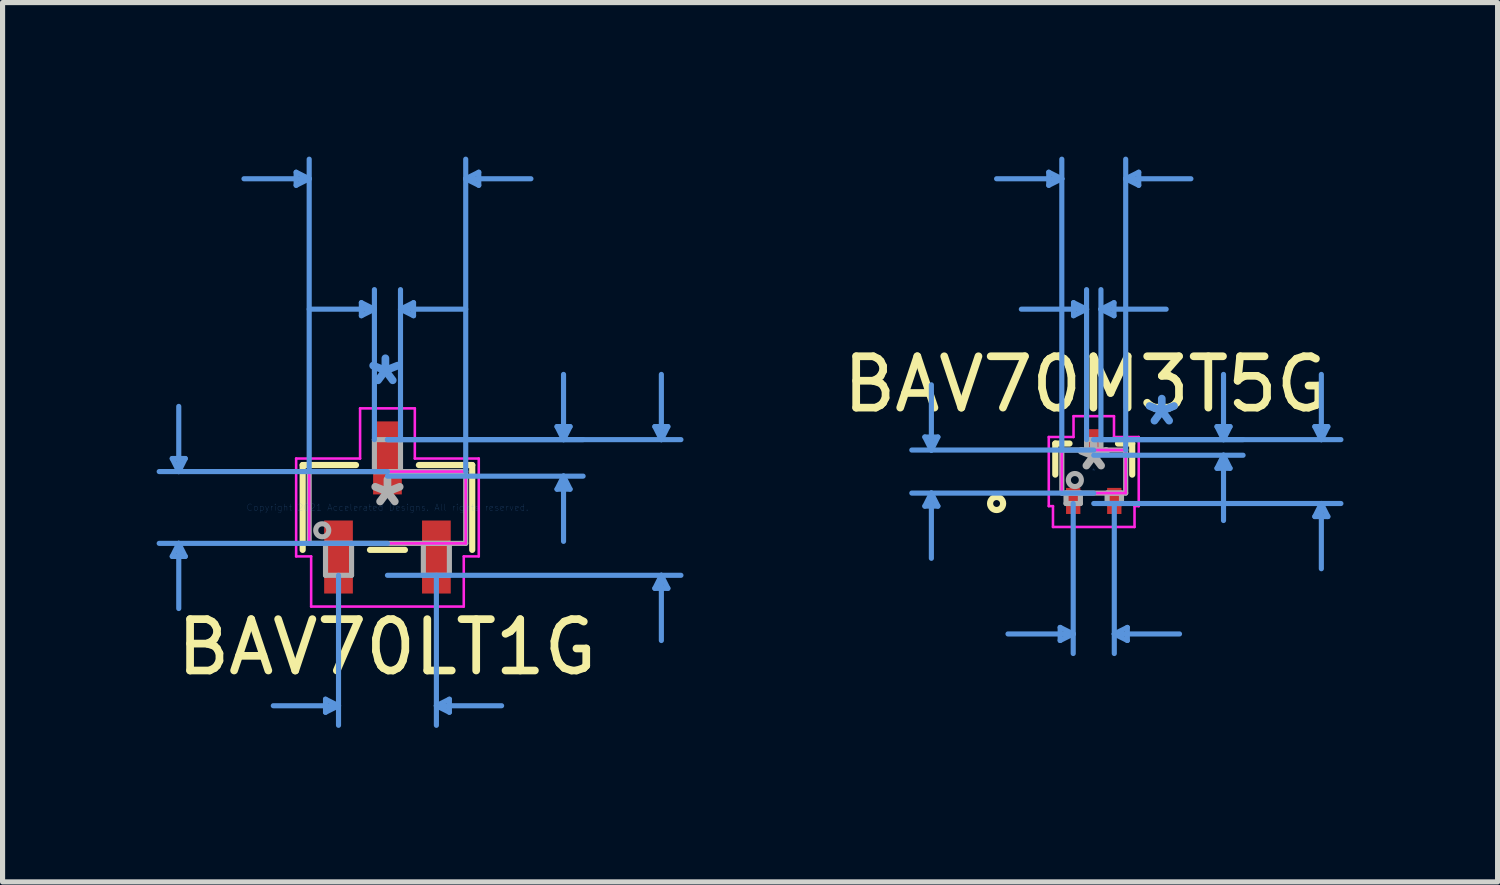
<source format=kicad_pcb>
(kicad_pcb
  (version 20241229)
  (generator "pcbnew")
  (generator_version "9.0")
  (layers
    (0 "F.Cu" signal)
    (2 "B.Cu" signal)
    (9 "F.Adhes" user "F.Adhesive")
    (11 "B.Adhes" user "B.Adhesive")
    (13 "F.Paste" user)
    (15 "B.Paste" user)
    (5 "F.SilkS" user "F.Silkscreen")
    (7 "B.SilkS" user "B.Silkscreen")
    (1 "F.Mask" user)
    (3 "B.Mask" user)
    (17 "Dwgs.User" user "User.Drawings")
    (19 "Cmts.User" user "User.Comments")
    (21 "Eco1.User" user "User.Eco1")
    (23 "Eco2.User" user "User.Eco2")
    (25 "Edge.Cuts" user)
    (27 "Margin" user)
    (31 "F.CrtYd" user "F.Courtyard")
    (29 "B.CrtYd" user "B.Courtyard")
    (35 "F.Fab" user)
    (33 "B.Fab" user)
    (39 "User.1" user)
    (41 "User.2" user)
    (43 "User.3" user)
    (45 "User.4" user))
  (footprint "BAV70LT1G"
    (layer "F.Cu")
    (at 4.495 6.832)
    (property "Reference" "BAV70LT1G" (at -0.01 2.72 0) (layer "F.SilkS") (effects (font (size 1 1) (thickness 0.15))))
    (attr through_hole)
    (fp_line (start -1.651 -0.826) (end -1.651 0.826) (stroke (width 0.12) (type solid)) (layer "F.SilkS"))
    (fp_line (start -0.612 -0.826) (end -1.651 -0.826) (stroke (width 0.12) (type solid)) (layer "F.SilkS"))
    (fp_line (start -0.34 0.826) (end 0.34 0.826) (stroke (width 0.12) (type solid)) (layer "F.SilkS"))
    (fp_line (start 1.651 -0.826) (end 0.612 -0.826) (stroke (width 0.12) (type solid)) (layer "F.SilkS"))
    (fp_line (start 1.651 0.826) (end 1.651 -0.826) (stroke (width 0.12) (type solid)) (layer "F.SilkS"))
    (fp_line (start -4.191 -0.953) (end -3.937 -0.953) (stroke (width 0.1) (type solid)) (layer "Cmts.User"))
    (fp_line (start -4.191 0.953) (end -3.937 0.953) (stroke (width 0.1) (type solid)) (layer "Cmts.User"))
    (fp_line (start -4.064 -0.699) (end -4.191 -0.953) (stroke (width 0.1) (type solid)) (layer "Cmts.User"))
    (fp_line (start -4.064 -0.699) (end -4.064 -1.968) (stroke (width 0.1) (type solid)) (layer "Cmts.User"))
    (fp_line (start -4.064 -0.699) (end -3.937 -0.953) (stroke (width 0.1) (type solid)) (layer "Cmts.User"))
    (fp_line (start -4.064 0.699) (end -4.191 0.953) (stroke (width 0.1) (type solid)) (layer "Cmts.User"))
    (fp_line (start -4.064 0.699) (end -4.064 1.968) (stroke (width 0.1) (type solid)) (layer "Cmts.User"))
    (fp_line (start -4.064 0.699) (end -3.937 0.953) (stroke (width 0.1) (type solid)) (layer "Cmts.User"))
    (fp_line (start -1.778 -6.528) (end -1.778 -6.274) (stroke (width 0.1) (type solid)) (layer "Cmts.User"))
    (fp_line (start -1.524 -6.401) (end -2.794 -6.401) (stroke (width 0.1) (type solid)) (layer "Cmts.User"))
    (fp_line (start -1.524 -6.401) (end -1.778 -6.528) (stroke (width 0.1) (type solid)) (layer "Cmts.User"))
    (fp_line (start -1.524 -6.401) (end -1.778 -6.274) (stroke (width 0.1) (type solid)) (layer "Cmts.User"))
    (fp_line (start -1.524 -0.699) (end -1.524 -6.782) (stroke (width 0.1) (type solid)) (layer "Cmts.User"))
    (fp_line (start -1.206 3.734) (end -1.206 3.988) (stroke (width 0.1) (type solid)) (layer "Cmts.User"))
    (fp_line (start -0.953 1.321) (end -0.953 4.242) (stroke (width 0.1) (type solid)) (layer "Cmts.User"))
    (fp_line (start -0.953 3.861) (end -2.223 3.861) (stroke (width 0.1) (type solid)) (layer "Cmts.User"))
    (fp_line (start -0.953 3.861) (end -1.206 3.734) (stroke (width 0.1) (type solid)) (layer "Cmts.User"))
    (fp_line (start -0.953 3.861) (end -1.206 3.988) (stroke (width 0.1) (type solid)) (layer "Cmts.User"))
    (fp_line (start -0.508 -3.988) (end -0.508 -3.734) (stroke (width 0.1) (type solid)) (layer "Cmts.User"))
    (fp_line (start -0.254 -3.861) (end -1.524 -3.861) (stroke (width 0.1) (type solid)) (layer "Cmts.User"))
    (fp_line (start -0.254 -3.861) (end -0.508 -3.988) (stroke (width 0.1) (type solid)) (layer "Cmts.User"))
    (fp_line (start -0.254 -3.861) (end -0.508 -3.734) (stroke (width 0.1) (type solid)) (layer "Cmts.User"))
    (fp_line (start -0.254 -1.321) (end -0.254 -4.242) (stroke (width 0.1) (type solid)) (layer "Cmts.User"))
    (fp_line (start 0 -1.321) (end 3.81 -1.321) (stroke (width 0.1) (type solid)) (layer "Cmts.User"))
    (fp_line (start 0 -1.321) (end 5.715 -1.321) (stroke (width 0.1) (type solid)) (layer "Cmts.User"))
    (fp_line (start 0 -0.699) (end -4.445 -0.699) (stroke (width 0.1) (type solid)) (layer "Cmts.User"))
    (fp_line (start 0 -0.61) (end 3.81 -0.61) (stroke (width 0.1) (type solid)) (layer "Cmts.User"))
    (fp_line (start 0 0.699) (end -4.445 0.699) (stroke (width 0.1) (type solid)) (layer "Cmts.User"))
    (fp_line (start 0 1.321) (end 5.715 1.321) (stroke (width 0.1) (type solid)) (layer "Cmts.User"))
    (fp_line (start 0.254 -3.861) (end 0.508 -3.988) (stroke (width 0.1) (type solid)) (layer "Cmts.User"))
    (fp_line (start 0.254 -3.861) (end 0.508 -3.734) (stroke (width 0.1) (type solid)) (layer "Cmts.User"))
    (fp_line (start 0.254 -3.861) (end 1.524 -3.861) (stroke (width 0.1) (type solid)) (layer "Cmts.User"))
    (fp_line (start 0.254 -1.321) (end 0.254 -4.242) (stroke (width 0.1) (type solid)) (layer "Cmts.User"))
    (fp_line (start 0.508 -3.988) (end 0.508 -3.734) (stroke (width 0.1) (type solid)) (layer "Cmts.User"))
    (fp_line (start 0.953 1.321) (end 0.953 4.242) (stroke (width 0.1) (type solid)) (layer "Cmts.User"))
    (fp_line (start 0.953 3.861) (end 1.206 3.734) (stroke (width 0.1) (type solid)) (layer "Cmts.User"))
    (fp_line (start 0.953 3.861) (end 1.206 3.988) (stroke (width 0.1) (type solid)) (layer "Cmts.User"))
    (fp_line (start 0.953 3.861) (end 2.223 3.861) (stroke (width 0.1) (type solid)) (layer "Cmts.User"))
    (fp_line (start 1.206 3.734) (end 1.206 3.988) (stroke (width 0.1) (type solid)) (layer "Cmts.User"))
    (fp_line (start 1.524 -6.401) (end 1.778 -6.528) (stroke (width 0.1) (type solid)) (layer "Cmts.User"))
    (fp_line (start 1.524 -6.401) (end 1.778 -6.274) (stroke (width 0.1) (type solid)) (layer "Cmts.User"))
    (fp_line (start 1.524 -6.401) (end 2.794 -6.401) (stroke (width 0.1) (type solid)) (layer "Cmts.User"))
    (fp_line (start 1.524 -0.699) (end 1.524 -6.782) (stroke (width 0.1) (type solid)) (layer "Cmts.User"))
    (fp_line (start 1.778 -6.528) (end 1.778 -6.274) (stroke (width 0.1) (type solid)) (layer "Cmts.User"))
    (fp_line (start 3.302 -1.575) (end 3.556 -1.575) (stroke (width 0.1) (type solid)) (layer "Cmts.User"))
    (fp_line (start 3.302 -0.356) (end 3.556 -0.356) (stroke (width 0.1) (type solid)) (layer "Cmts.User"))
    (fp_line (start 3.429 -1.321) (end 3.302 -1.575) (stroke (width 0.1) (type solid)) (layer "Cmts.User"))
    (fp_line (start 3.429 -1.321) (end 3.429 -2.591) (stroke (width 0.1) (type solid)) (layer "Cmts.User"))
    (fp_line (start 3.429 -1.321) (end 3.556 -1.575) (stroke (width 0.1) (type solid)) (layer "Cmts.User"))
    (fp_line (start 3.429 -0.61) (end 3.302 -0.356) (stroke (width 0.1) (type solid)) (layer "Cmts.User"))
    (fp_line (start 3.429 -0.61) (end 3.429 0.66) (stroke (width 0.1) (type solid)) (layer "Cmts.User"))
    (fp_line (start 3.429 -0.61) (end 3.556 -0.356) (stroke (width 0.1) (type solid)) (layer "Cmts.User"))
    (fp_line (start 5.207 -1.575) (end 5.461 -1.575) (stroke (width 0.1) (type solid)) (layer "Cmts.User"))
    (fp_line (start 5.207 1.575) (end 5.461 1.575) (stroke (width 0.1) (type solid)) (layer "Cmts.User"))
    (fp_line (start 5.334 -1.321) (end 5.207 -1.575) (stroke (width 0.1) (type solid)) (layer "Cmts.User"))
    (fp_line (start 5.334 -1.321) (end 5.334 -2.591) (stroke (width 0.1) (type solid)) (layer "Cmts.User"))
    (fp_line (start 5.334 -1.321) (end 5.461 -1.575) (stroke (width 0.1) (type solid)) (layer "Cmts.User"))
    (fp_line (start 5.334 1.321) (end 5.207 1.575) (stroke (width 0.1) (type solid)) (layer "Cmts.User"))
    (fp_line (start 5.334 1.321) (end 5.334 2.591) (stroke (width 0.1) (type solid)) (layer "Cmts.User"))
    (fp_line (start 5.334 1.321) (end 5.461 1.575) (stroke (width 0.1) (type solid)) (layer "Cmts.User"))
    (fp_line (start -1.778 -0.953) (end -0.533 -0.953) (stroke (width 0.05) (type solid)) (layer "F.CrtYd"))
    (fp_line (start -1.778 0.953) (end -1.778 -0.953) (stroke (width 0.05) (type solid)) (layer "F.CrtYd"))
    (fp_line (start -1.778 0.953) (end -1.486 0.953) (stroke (width 0.05) (type solid)) (layer "F.CrtYd"))
    (fp_line (start -1.524 -0.699) (end 1.524 -0.699) (stroke (width 0.05) (type solid)) (layer "F.CrtYd"))
    (fp_line (start -1.524 0.699) (end -1.524 -0.699) (stroke (width 0.05) (type solid)) (layer "F.CrtYd"))
    (fp_line (start -1.524 0.699) (end 1.524 0.699) (stroke (width 0.05) (type solid)) (layer "F.CrtYd"))
    (fp_line (start -1.486 1.93) (end -1.486 0.953) (stroke (width 0.05) (type solid)) (layer "F.CrtYd"))
    (fp_line (start -0.533 -1.93) (end 0.533 -1.93) (stroke (width 0.05) (type solid)) (layer "F.CrtYd"))
    (fp_line (start -0.533 -0.953) (end -0.533 -1.93) (stroke (width 0.05) (type solid)) (layer "F.CrtYd"))
    (fp_line (start 0.533 -0.953) (end 0.533 -1.93) (stroke (width 0.05) (type solid)) (layer "F.CrtYd"))
    (fp_line (start 0.533 -0.953) (end 1.778 -0.953) (stroke (width 0.05) (type solid)) (layer "F.CrtYd"))
    (fp_line (start 1.486 0.953) (end 1.486 1.93) (stroke (width 0.05) (type solid)) (layer "F.CrtYd"))
    (fp_line (start 1.486 1.93) (end -1.486 1.93) (stroke (width 0.05) (type solid)) (layer "F.CrtYd"))
    (fp_line (start 1.524 -0.699) (end 1.524 0.699) (stroke (width 0.05) (type solid)) (layer "F.CrtYd"))
    (fp_line (start 1.778 -0.953) (end 1.778 0.953) (stroke (width 0.05) (type solid)) (layer "F.CrtYd"))
    (fp_line (start 1.778 0.953) (end 1.486 0.953) (stroke (width 0.05) (type solid)) (layer "F.CrtYd"))
    (fp_line (start -1.524 -0.699) (end -1.524 0.699) (stroke (width 0.1) (type solid)) (layer "F.Fab"))
    (fp_line (start -1.524 0.699) (end 1.524 0.699) (stroke (width 0.1) (type solid)) (layer "F.Fab"))
    (fp_line (start -1.206 0.699) (end -1.206 1.321) (stroke (width 0.1) (type solid)) (layer "F.Fab"))
    (fp_line (start -1.206 1.321) (end -0.699 1.321) (stroke (width 0.1) (type solid)) (layer "F.Fab"))
    (fp_line (start -0.699 0.699) (end -1.206 0.699) (stroke (width 0.1) (type solid)) (layer "F.Fab"))
    (fp_line (start -0.699 1.321) (end -0.699 0.699) (stroke (width 0.1) (type solid)) (layer "F.Fab"))
    (fp_line (start -0.254 -1.321) (end -0.254 -0.699) (stroke (width 0.1) (type solid)) (layer "F.Fab"))
    (fp_line (start -0.254 -0.699) (end 0.254 -0.699) (stroke (width 0.1) (type solid)) (layer "F.Fab"))
    (fp_line (start 0.254 -1.321) (end -0.254 -1.321) (stroke (width 0.1) (type solid)) (layer "F.Fab"))
    (fp_line (start 0.254 -0.699) (end 0.254 -1.321) (stroke (width 0.1) (type solid)) (layer "F.Fab"))
    (fp_line (start 0.699 0.699) (end 0.699 1.321) (stroke (width 0.1) (type solid)) (layer "F.Fab"))
    (fp_line (start 0.699 1.321) (end 1.206 1.321) (stroke (width 0.1) (type solid)) (layer "F.Fab"))
    (fp_line (start 1.206 0.699) (end 0.699 0.699) (stroke (width 0.1) (type solid)) (layer "F.Fab"))
    (fp_line (start 1.206 1.321) (end 1.206 0.699) (stroke (width 0.1) (type solid)) (layer "F.Fab"))
    (fp_line (start 1.524 -0.699) (end -1.524 -0.699) (stroke (width 0.1) (type solid)) (layer "F.Fab"))
    (fp_line (start 1.524 0.699) (end 1.524 -0.699) (stroke (width 0.1) (type solid)) (layer "F.Fab"))
    (fp_circle (center -1.27 0.445) (end -1.143 0.445) (stroke (width 0.1) (type solid)) (fill no) (layer "F.Fab"))
    (fp_text user "Copyright 2021 Accelerated Designs. All rights reserved." (at 0 0 0) (layer "Cmts.User") (effects (font (size 0.127 0.127) (thickness 0.002))))
    (fp_text user "*" (at -0.04 -2.36 0) (layer "Cmts.User") (effects (font (size 1 1) (thickness 0.15))))
    (fp_text user "*" (at 0 0 0) (layer "F.Fab") (effects (font (size 1 1) (thickness 0.15))))
    (pad "1" smd rect (at -0.953 0.965) (size 0.559 1.422) (layers "F.Cu" "F.Mask" "F.Paste"))
    (pad "2" smd rect (at 0.953 0.965) (size 0.559 1.422) (layers "F.Cu" "F.Mask" "F.Paste"))
    (pad "3" smd rect (at 0 -0.965) (size 0.559 1.422) (layers "F.Cu" "F.Mask" "F.Paste")))
  (footprint "BAV70M3T5G"
    (layer "F.Cu")
    (at 18.249 6.133)
    (property "Reference" "BAV70M3T5G" (at -0.15 -1.7 0) (layer "F.SilkS") (effects (font (size 1 1) (thickness 0.15))))
    (attr smd)
    (fp_line (start -0.749 -0.546) (end -0.749 0.059) (stroke (width 0.12) (type solid)) (layer "F.SilkS"))
    (fp_line (start -0.472 -0.546) (end -0.749 -0.546) (stroke (width 0.12) (type solid)) (layer "F.SilkS"))
    (fp_line (start 0.749 -0.546) (end 0.472 -0.546) (stroke (width 0.12) (type solid)) (layer "F.SilkS"))
    (fp_line (start 0.749 0.059) (end 0.749 -0.546) (stroke (width 0.12) (type solid)) (layer "F.SilkS"))
    (fp_circle (center -1.892 0.622) (end -1.765 0.622) (stroke (width 0.12) (type solid)) (fill no) (layer "F.SilkS"))
    (fp_line (start -3.289 -0.673) (end -3.035 -0.673) (stroke (width 0.1) (type solid)) (layer "Cmts.User"))
    (fp_line (start -3.289 0.673) (end -3.035 0.673) (stroke (width 0.1) (type solid)) (layer "Cmts.User"))
    (fp_line (start -3.162 -0.419) (end -3.289 -0.673) (stroke (width 0.1) (type solid)) (layer "Cmts.User"))
    (fp_line (start -3.162 -0.419) (end -3.162 -1.689) (stroke (width 0.1) (type solid)) (layer "Cmts.User"))
    (fp_line (start -3.162 -0.419) (end -3.035 -0.673) (stroke (width 0.1) (type solid)) (layer "Cmts.User"))
    (fp_line (start -3.162 0.419) (end -3.289 0.673) (stroke (width 0.1) (type solid)) (layer "Cmts.User"))
    (fp_line (start -3.162 0.419) (end -3.162 1.689) (stroke (width 0.1) (type solid)) (layer "Cmts.User"))
    (fp_line (start -3.162 0.419) (end -3.035 0.673) (stroke (width 0.1) (type solid)) (layer "Cmts.User"))
    (fp_line (start -0.876 -5.829) (end -0.876 -5.575) (stroke (width 0.1) (type solid)) (layer "Cmts.User"))
    (fp_line (start -0.654 3.035) (end -0.654 3.289) (stroke (width 0.1) (type solid)) (layer "Cmts.User"))
    (fp_line (start -0.622 -5.702) (end -1.892 -5.702) (stroke (width 0.1) (type solid)) (layer "Cmts.User"))
    (fp_line (start -0.622 -5.702) (end -0.876 -5.829) (stroke (width 0.1) (type solid)) (layer "Cmts.User"))
    (fp_line (start -0.622 -5.702) (end -0.876 -5.575) (stroke (width 0.1) (type solid)) (layer "Cmts.User"))
    (fp_line (start -0.622 -0.419) (end -0.622 -6.083) (stroke (width 0.1) (type solid)) (layer "Cmts.User"))
    (fp_line (start -0.4 0.622) (end -0.4 3.543) (stroke (width 0.1) (type solid)) (layer "Cmts.User"))
    (fp_line (start -0.4 3.162) (end -1.67 3.162) (stroke (width 0.1) (type solid)) (layer "Cmts.User"))
    (fp_line (start -0.4 3.162) (end -0.654 3.035) (stroke (width 0.1) (type solid)) (layer "Cmts.User"))
    (fp_line (start -0.4 3.162) (end -0.654 3.289) (stroke (width 0.1) (type solid)) (layer "Cmts.User"))
    (fp_line (start -0.394 -3.289) (end -0.394 -3.035) (stroke (width 0.1) (type solid)) (layer "Cmts.User"))
    (fp_line (start -0.14 -3.162) (end -1.41 -3.162) (stroke (width 0.1) (type solid)) (layer "Cmts.User"))
    (fp_line (start -0.14 -3.162) (end -0.394 -3.289) (stroke (width 0.1) (type solid)) (layer "Cmts.User"))
    (fp_line (start -0.14 -3.162) (end -0.394 -3.035) (stroke (width 0.1) (type solid)) (layer "Cmts.User"))
    (fp_line (start -0.14 -0.622) (end -0.14 -3.543) (stroke (width 0.1) (type solid)) (layer "Cmts.User"))
    (fp_line (start 0 -0.622) (end 2.908 -0.622) (stroke (width 0.1) (type solid)) (layer "Cmts.User"))
    (fp_line (start 0 -0.622) (end 4.813 -0.622) (stroke (width 0.1) (type solid)) (layer "Cmts.User"))
    (fp_line (start 0 -0.419) (end -3.543 -0.419) (stroke (width 0.1) (type solid)) (layer "Cmts.User"))
    (fp_line (start 0 -0.318) (end 2.908 -0.318) (stroke (width 0.1) (type solid)) (layer "Cmts.User"))
    (fp_line (start 0 0.419) (end -3.543 0.419) (stroke (width 0.1) (type solid)) (layer "Cmts.User"))
    (fp_line (start 0 0.622) (end 4.813 0.622) (stroke (width 0.1) (type solid)) (layer "Cmts.User"))
    (fp_line (start 0.14 -3.162) (end 0.394 -3.289) (stroke (width 0.1) (type solid)) (layer "Cmts.User"))
    (fp_line (start 0.14 -3.162) (end 0.394 -3.035) (stroke (width 0.1) (type solid)) (layer "Cmts.User"))
    (fp_line (start 0.14 -3.162) (end 1.41 -3.162) (stroke (width 0.1) (type solid)) (layer "Cmts.User"))
    (fp_line (start 0.14 -0.622) (end 0.14 -3.543) (stroke (width 0.1) (type solid)) (layer "Cmts.User"))
    (fp_line (start 0.394 -3.289) (end 0.394 -3.035) (stroke (width 0.1) (type solid)) (layer "Cmts.User"))
    (fp_line (start 0.4 0.622) (end 0.4 3.543) (stroke (width 0.1) (type solid)) (layer "Cmts.User"))
    (fp_line (start 0.4 3.162) (end 0.654 3.035) (stroke (width 0.1) (type solid)) (layer "Cmts.User"))
    (fp_line (start 0.4 3.162) (end 0.654 3.289) (stroke (width 0.1) (type solid)) (layer "Cmts.User"))
    (fp_line (start 0.4 3.162) (end 1.67 3.162) (stroke (width 0.1) (type solid)) (layer "Cmts.User"))
    (fp_line (start 0.622 -5.702) (end 0.876 -5.829) (stroke (width 0.1) (type solid)) (layer "Cmts.User"))
    (fp_line (start 0.622 -5.702) (end 0.876 -5.575) (stroke (width 0.1) (type solid)) (layer "Cmts.User"))
    (fp_line (start 0.622 -5.702) (end 1.892 -5.702) (stroke (width 0.1) (type solid)) (layer "Cmts.User"))
    (fp_line (start 0.622 -0.419) (end 0.622 -6.083) (stroke (width 0.1) (type solid)) (layer "Cmts.User"))
    (fp_line (start 0.654 3.035) (end 0.654 3.289) (stroke (width 0.1) (type solid)) (layer "Cmts.User"))
    (fp_line (start 0.876 -5.829) (end 0.876 -5.575) (stroke (width 0.1) (type solid)) (layer "Cmts.User"))
    (fp_line (start 2.4 -0.876) (end 2.654 -0.876) (stroke (width 0.1) (type solid)) (layer "Cmts.User"))
    (fp_line (start 2.4 -0.064) (end 2.654 -0.064) (stroke (width 0.1) (type solid)) (layer "Cmts.User"))
    (fp_line (start 2.527 -0.622) (end 2.4 -0.876) (stroke (width 0.1) (type solid)) (layer "Cmts.User"))
    (fp_line (start 2.527 -0.622) (end 2.527 -1.892) (stroke (width 0.1) (type solid)) (layer "Cmts.User"))
    (fp_line (start 2.527 -0.622) (end 2.654 -0.876) (stroke (width 0.1) (type solid)) (layer "Cmts.User"))
    (fp_line (start 2.527 -0.318) (end 2.4 -0.064) (stroke (width 0.1) (type solid)) (layer "Cmts.User"))
    (fp_line (start 2.527 -0.318) (end 2.527 0.953) (stroke (width 0.1) (type solid)) (layer "Cmts.User"))
    (fp_line (start 2.527 -0.318) (end 2.654 -0.064) (stroke (width 0.1) (type solid)) (layer "Cmts.User"))
    (fp_line (start 4.305 -0.876) (end 4.559 -0.876) (stroke (width 0.1) (type solid)) (layer "Cmts.User"))
    (fp_line (start 4.305 0.876) (end 4.559 0.876) (stroke (width 0.1) (type solid)) (layer "Cmts.User"))
    (fp_line (start 4.432 -0.622) (end 4.305 -0.876) (stroke (width 0.1) (type solid)) (layer "Cmts.User"))
    (fp_line (start 4.432 -0.622) (end 4.432 -1.892) (stroke (width 0.1) (type solid)) (layer "Cmts.User"))
    (fp_line (start 4.432 -0.622) (end 4.559 -0.876) (stroke (width 0.1) (type solid)) (layer "Cmts.User"))
    (fp_line (start 4.432 0.622) (end 4.305 0.876) (stroke (width 0.1) (type solid)) (layer "Cmts.User"))
    (fp_line (start 4.432 0.622) (end 4.432 1.892) (stroke (width 0.1) (type solid)) (layer "Cmts.User"))
    (fp_line (start 4.432 0.622) (end 4.559 0.876) (stroke (width 0.1) (type solid)) (layer "Cmts.User"))
    (fp_line (start -0.876 -0.673) (end -0.394 -0.673) (stroke (width 0.05) (type solid)) (layer "F.CrtYd"))
    (fp_line (start -0.876 0.673) (end -0.876 -0.673) (stroke (width 0.05) (type solid)) (layer "F.CrtYd"))
    (fp_line (start -0.794 0.673) (end -0.876 0.673) (stroke (width 0.05) (type solid)) (layer "F.CrtYd"))
    (fp_line (start -0.794 1.079) (end -0.794 0.673) (stroke (width 0.05) (type solid)) (layer "F.CrtYd"))
    (fp_line (start -0.622 -0.419) (end 0.622 -0.419) (stroke (width 0.05) (type solid)) (layer "F.CrtYd"))
    (fp_line (start -0.622 0.419) (end -0.622 -0.419) (stroke (width 0.05) (type solid)) (layer "F.CrtYd"))
    (fp_line (start -0.394 -1.079) (end 0.394 -1.079) (stroke (width 0.05) (type solid)) (layer "F.CrtYd"))
    (fp_line (start -0.394 -0.673) (end -0.394 -1.079) (stroke (width 0.05) (type solid)) (layer "F.CrtYd"))
    (fp_line (start 0.394 -1.079) (end 0.394 -0.673) (stroke (width 0.05) (type solid)) (layer "F.CrtYd"))
    (fp_line (start 0.394 -0.673) (end 0.876 -0.673) (stroke (width 0.05) (type solid)) (layer "F.CrtYd"))
    (fp_line (start 0.622 -0.419) (end 0.622 0.419) (stroke (width 0.05) (type solid)) (layer "F.CrtYd"))
    (fp_line (start 0.622 0.419) (end -0.622 0.419) (stroke (width 0.05) (type solid)) (layer "F.CrtYd"))
    (fp_line (start 0.794 0.673) (end 0.794 1.079) (stroke (width 0.05) (type solid)) (layer "F.CrtYd"))
    (fp_line (start 0.794 1.079) (end -0.794 1.079) (stroke (width 0.05) (type solid)) (layer "F.CrtYd"))
    (fp_line (start 0.876 -0.673) (end 0.876 0.673) (stroke (width 0.05) (type solid)) (layer "F.CrtYd"))
    (fp_line (start 0.876 0.673) (end 0.794 0.673) (stroke (width 0.05) (type solid)) (layer "F.CrtYd"))
    (fp_line (start -0.622 -0.419) (end -0.622 0.419) (stroke (width 0.1) (type solid)) (layer "F.Fab"))
    (fp_line (start -0.622 0.419) (end 0.622 0.419) (stroke (width 0.1) (type solid)) (layer "F.Fab"))
    (fp_line (start -0.54 0.419) (end -0.54 0.622) (stroke (width 0.1) (type solid)) (layer "F.Fab"))
    (fp_line (start -0.54 0.622) (end -0.26 0.622) (stroke (width 0.1) (type solid)) (layer "F.Fab"))
    (fp_line (start -0.26 0.419) (end -0.54 0.419) (stroke (width 0.1) (type solid)) (layer "F.Fab"))
    (fp_line (start -0.26 0.622) (end -0.26 0.419) (stroke (width 0.1) (type solid)) (layer "F.Fab"))
    (fp_line (start -0.14 -0.622) (end -0.14 -0.419) (stroke (width 0.1) (type solid)) (layer "F.Fab"))
    (fp_line (start -0.14 -0.419) (end 0.14 -0.419) (stroke (width 0.1) (type solid)) (layer "F.Fab"))
    (fp_line (start 0.14 -0.622) (end -0.14 -0.622) (stroke (width 0.1) (type solid)) (layer "F.Fab"))
    (fp_line (start 0.14 -0.419) (end 0.14 -0.622) (stroke (width 0.1) (type solid)) (layer "F.Fab"))
    (fp_line (start 0.26 0.419) (end 0.26 0.622) (stroke (width 0.1) (type solid)) (layer "F.Fab"))
    (fp_line (start 0.26 0.622) (end 0.54 0.622) (stroke (width 0.1) (type solid)) (layer "F.Fab"))
    (fp_line (start 0.54 0.419) (end 0.26 0.419) (stroke (width 0.1) (type solid)) (layer "F.Fab"))
    (fp_line (start 0.54 0.622) (end 0.54 0.419) (stroke (width 0.1) (type solid)) (layer "F.Fab"))
    (fp_line (start 0.622 -0.419) (end -0.622 -0.419) (stroke (width 0.1) (type solid)) (layer "F.Fab"))
    (fp_line (start 0.622 0.419) (end 0.622 -0.419) (stroke (width 0.1) (type solid)) (layer "F.Fab"))
    (fp_circle (center -0.368 0.165) (end -0.241 0.165) (stroke (width 0.1) (type solid)) (fill no) (layer "F.Fab"))
    (fp_text user "*" (at 1.325 -0.875 0) (layer "Cmts.User") (effects (font (size 1 1) (thickness 0.15))))
    (fp_text user "*" (at 0 0 0) (layer "Cmts.User") (effects (font (size 0.127 0.127) (thickness 0.002))))
    (fp_text user "*" (at 0 0 0) (layer "F.Fab") (effects (font (size 1 1) (thickness 0.15))))
    (pad "1" smd rect (at -0.4 0.572) (size 0.279 0.508) (layers "F.Cu" "F.Mask" "F.Paste"))
    (pad "2" smd rect (at 0.4 0.572) (size 0.279 0.508) (layers "F.Cu" "F.Mask" "F.Paste"))
    (pad "3" smd rect (at 0 -0.572) (size 0.279 0.508) (layers "F.Cu" "F.Mask" "F.Paste")))
  (gr_rect
    (start -3 -3)
    (end 26.113 14.124)
    (stroke (width 0.1) (type default))
    (fill no)
    (layer "Edge.Cuts")))
</source>
